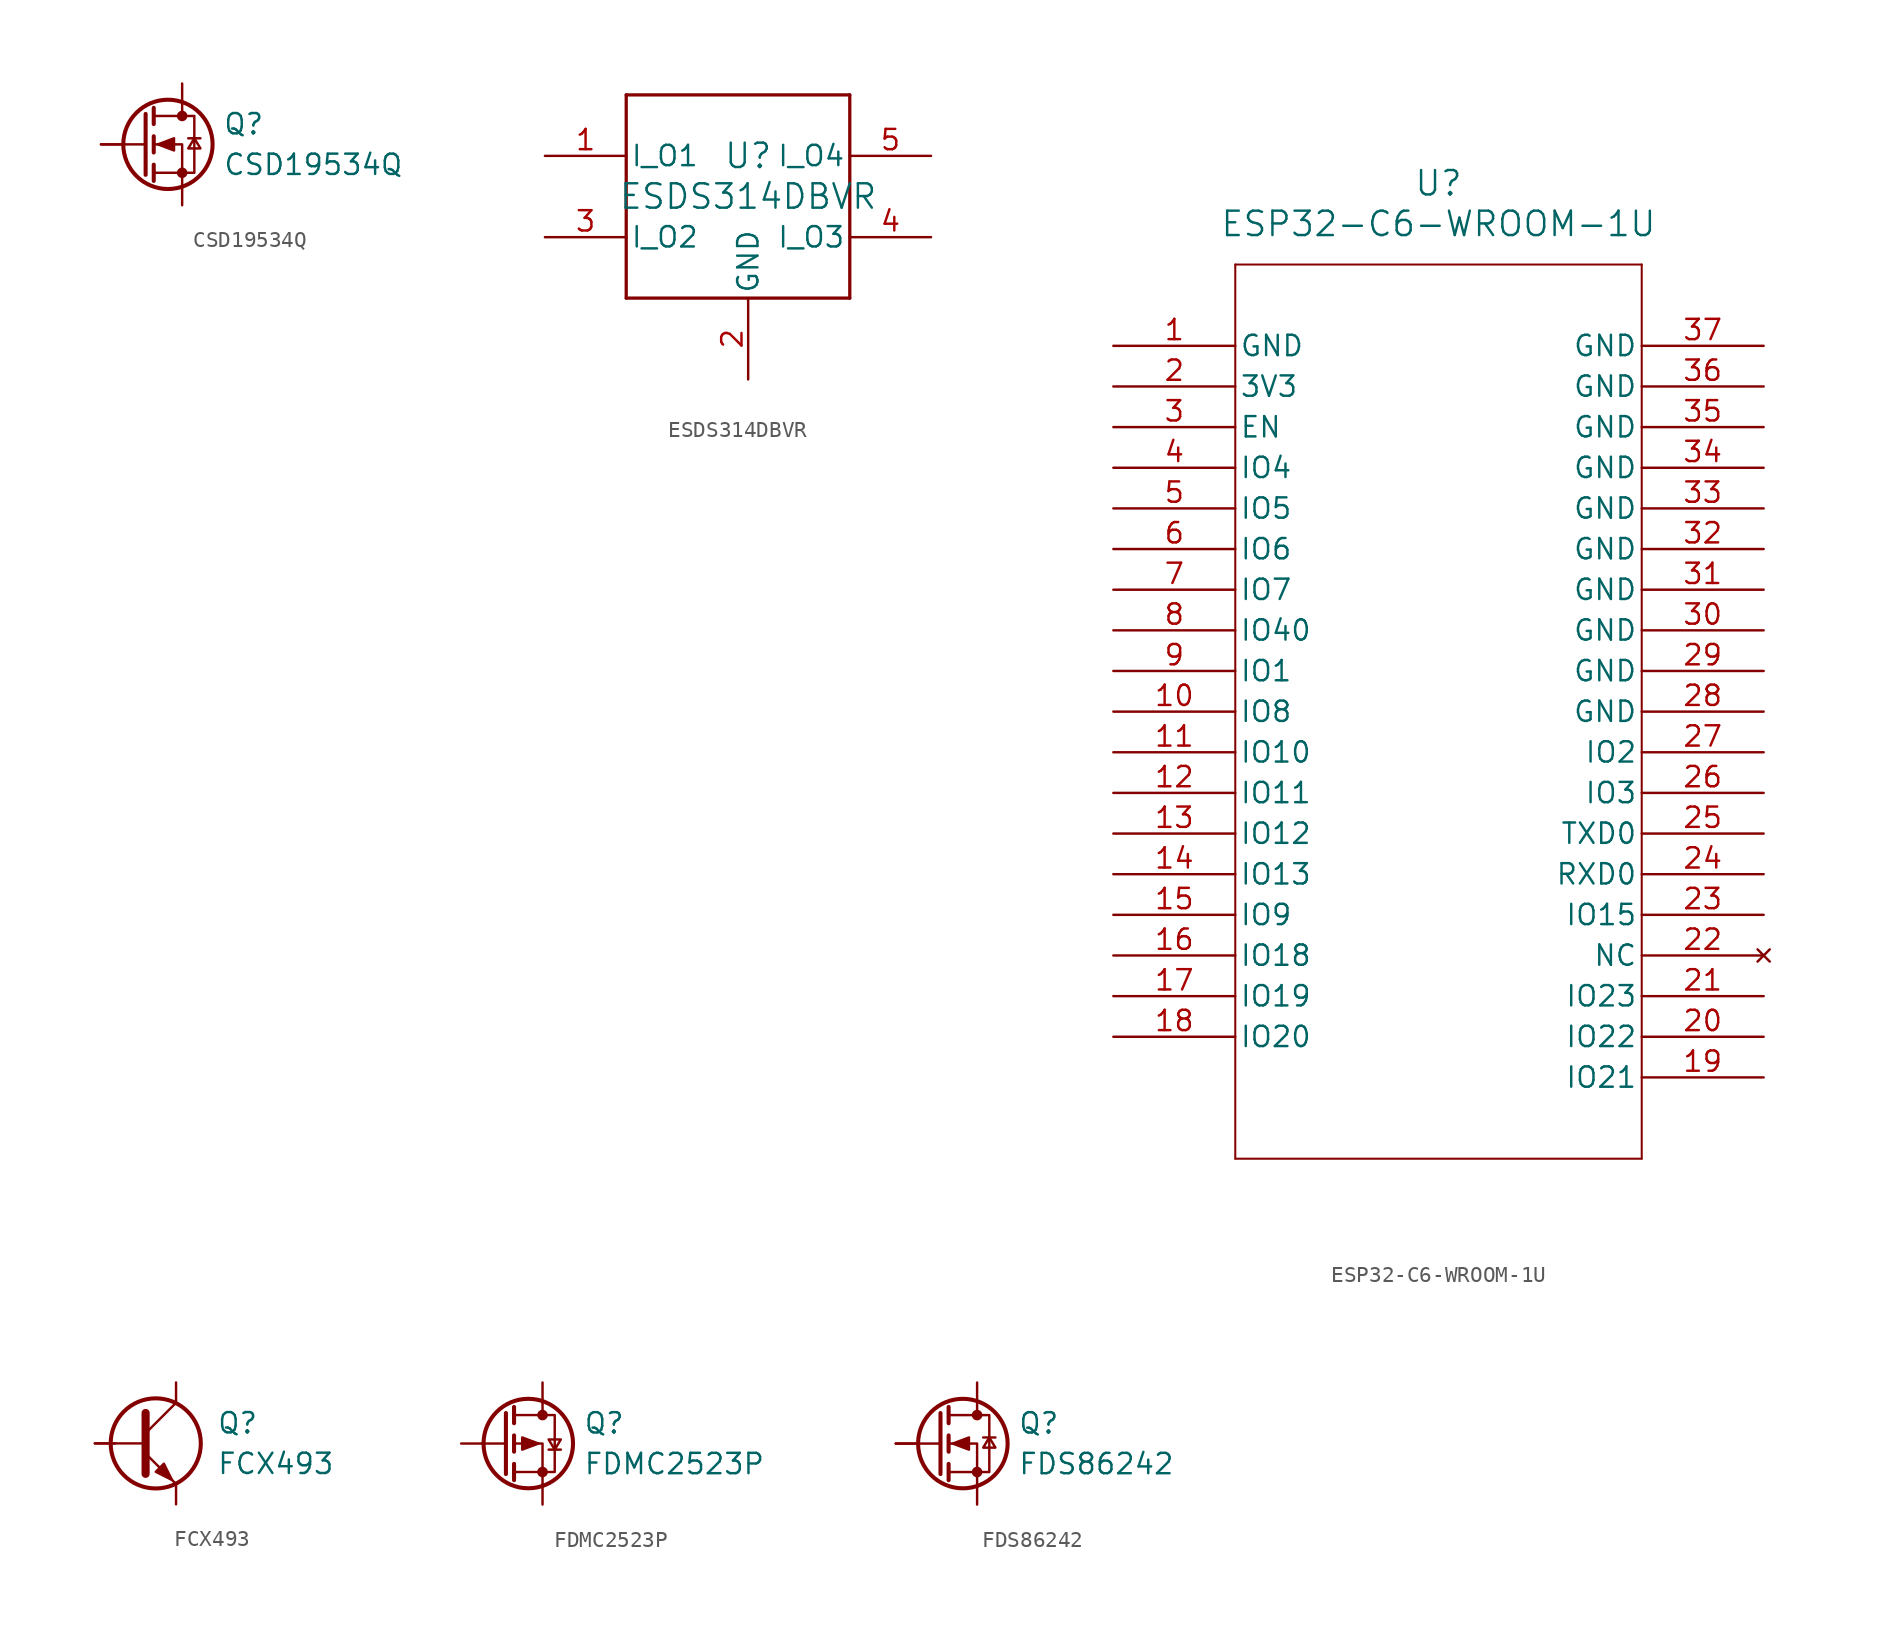
<source format=kicad_sym>
(kicad_symbol_lib
  (version 20241209)
  (generator "kicad_symbol_editor")
  (generator_version "9.0")
  (symbol "CSD19534Q"
    (pin_numbers
      (hide yes))
    (pin_names
      (offset 0)
      (hide yes))
    (property "Reference" "Q"
      (at 5.08 1.27 0)
      (effects (font (size 1.27 1.27)) (justify left)))
    (property "Value" "CSD19534Q"
      (at 5.08 -1.27 0)
      (effects (font (size 1.27 1.27)) (justify left)))
    (symbol "CSD19534Q_0_1"
      (polyline (pts (xy 0.254 1.905) (xy 0.254 -1.905)) (stroke (width 0.254) (type default)) (fill (type none)))
      (polyline (pts (xy 0.254 0) (xy -2.54 0)) (stroke (width 0) (type default)) (fill (type none)))
      (polyline (pts (xy 0.762 2.286) (xy 0.762 1.27)) (stroke (width 0.254) (type default)) (fill (type none)))
      (polyline (pts (xy 0.762 0.508) (xy 0.762 -0.508)) (stroke (width 0.254) (type default)) (fill (type none)))
      (polyline (pts (xy 0.762 -1.27) (xy 0.762 -2.286)) (stroke (width 0.254) (type default)) (fill (type none)))
      (polyline (pts (xy 0.762 -1.778) (xy 3.302 -1.778) (xy 3.302 1.778) (xy 0.762 1.778)) (stroke (width 0) (type default)) (fill (type none)))
      (polyline (pts (xy 1.016 0) (xy 2.032 0.381) (xy 2.032 -0.381) (xy 1.016 0)) (stroke (width 0) (type default)) (fill (type outline)))
      (circle (center 1.651 0) (radius 2.794) (stroke (width 0.254) (type default)) (fill (type none)))
      (polyline (pts (xy 2.54 2.54) (xy 2.54 1.778)) (stroke (width 0) (type default)) (fill (type none)))
      (circle (center 2.54 1.778) (radius 0.254) (stroke (width 0) (type default)) (fill (type outline)))
      (circle (center 2.54 -1.778) (radius 0.254) (stroke (width 0) (type default)) (fill (type outline)))
      (polyline (pts (xy 2.54 -2.54) (xy 2.54 0) (xy 0.762 0)) (stroke (width 0) (type default)) (fill (type none)))
      (polyline (pts (xy 2.921 0.381) (xy 3.683 0.381)) (stroke (width 0) (type default)) (fill (type none)))
      (polyline (pts (xy 3.302 0.381) (xy 2.921 -0.254) (xy 3.683 -0.254) (xy 3.302 0.381)) (stroke (width 0) (type default)) (fill (type none))))
    (symbol "CSD19534Q_1_1"
      (pin input line (at -2.54 0 0) (length 1.27) (name "G" (effects (font (size 1.27 1.27)))) (number "G" (effects (font (size 1.27 1.27)))))
      (pin passive line (at 2.54 3.81 270) (length 1.27) (name "D" (effects (font (size 1.27 1.27)))) (number "D" (effects (font (size 1.27 1.27)))))
      (pin passive line (at 2.54 -3.81 90) (length 1.27) (name "S" (effects (font (size 1.27 1.27)))) (number "S" (effects (font (size 1.27 1.27)))))))
  (symbol "ESDS314DBVR"
    (pin_names
      (offset 0.254))
    (property "Reference" "U"
      (at 0 2.54 0)
      (effects (font (size 1.524 1.524))))
    (property "Value" "ESDS314DBVR"
      (at 0 0 0)
      (effects (font (size 1.524 1.524))))
    (property "ki_locked" ""
      (at 0 0 0)
      (effects (font (size 1.27 1.27))))
    (symbol "ESDS314DBVR_0_1"
      (polyline (pts (xy -7.62 6.35) (xy -7.62 -6.35)) (stroke (width 0.203) (type default)) (fill (type none)))
      (polyline (pts (xy -7.62 -6.35) (xy 6.35 -6.35)) (stroke (width 0.203) (type default)) (fill (type none)))
      (polyline (pts (xy 6.35 6.35) (xy -7.62 6.35)) (stroke (width 0.203) (type default)) (fill (type none)))
      (polyline (pts (xy 6.35 -6.35) (xy 6.35 6.35)) (stroke (width 0.203) (type default)) (fill (type none)))
      (pin bidirectional line (at 11.43 2.54 180) (length 5.08) (name "I_O4" (effects (font (size 1.27 1.27)))) (number "5" (effects (font (size 1.27 1.27)))))
      (pin bidirectional line (at 11.43 -2.54 180) (length 5.08) (name "I_O3" (effects (font (size 1.27 1.27)))) (number "4" (effects (font (size 1.27 1.27))))))
    (symbol "ESDS314DBVR_1_1"
      (pin bidirectional line (at -12.7 2.54 0) (length 5.08) (name "I_O1" (effects (font (size 1.27 1.27)))) (number "1" (effects (font (size 1.27 1.27)))))
      (pin bidirectional line (at -12.7 -2.54 0) (length 5.08) (name "I_O2" (effects (font (size 1.27 1.27)))) (number "3" (effects (font (size 1.27 1.27)))))
      (pin power_in line (at 0 -11.43 90) (length 5.08) (name "GND" (effects (font (size 1.27 1.27)))) (number "2" (effects (font (size 1.27 1.27)))))))
  (symbol "ESP32-C6-WROOM-1U"
    (pin_names
      (offset 0.254))
    (property "Reference" "U"
      (at 20.32 10.16 0)
      (effects (font (size 1.524 1.524))))
    (property "Value" "ESP32-C6-WROOM-1U"
      (at 20.32 7.62 0)
      (effects (font (size 1.524 1.524))))
    (symbol "ESP32-C6-WROOM-1U_0_1"
      (polyline (pts (xy 7.62 5.08) (xy 7.62 -50.8)) (stroke (width 0.127) (type default)) (fill (type none)))
      (polyline (pts (xy 7.62 -50.8) (xy 33.02 -50.8)) (stroke (width 0.127) (type default)) (fill (type none)))
      (polyline (pts (xy 33.02 5.08) (xy 7.62 5.08)) (stroke (width 0.127) (type default)) (fill (type none)))
      (polyline (pts (xy 33.02 -50.8) (xy 33.02 5.08)) (stroke (width 0.127) (type default)) (fill (type none)))
      (pin power_in line (at 0 -2.54 0) (length 7.62) (name "3V3" (effects (font (size 1.27 1.27)))) (number "2" (effects (font (size 1.27 1.27)))))
      (pin input line (at 0 -5.08 0) (length 7.62) (name "EN" (effects (font (size 1.27 1.27)))) (number "3" (effects (font (size 1.27 1.27)))))
      (pin bidirectional line (at 0 -7.62 0) (length 7.62) (name "IO4" (effects (font (size 1.27 1.27)))) (number "4" (effects (font (size 1.27 1.27)))))
      (pin bidirectional line (at 0 -10.16 0) (length 7.62) (name "IO5" (effects (font (size 1.27 1.27)))) (number "5" (effects (font (size 1.27 1.27)))))
      (pin bidirectional line (at 0 -12.7 0) (length 7.62) (name "IO6" (effects (font (size 1.27 1.27)))) (number "6" (effects (font (size 1.27 1.27)))))
      (pin bidirectional line (at 0 -15.24 0) (length 7.62) (name "IO7" (effects (font (size 1.27 1.27)))) (number "7" (effects (font (size 1.27 1.27)))))
      (pin bidirectional line (at 0 -17.78 0) (length 7.62) (name "IO40" (effects (font (size 1.27 1.27)))) (number "8" (effects (font (size 1.27 1.27)))))
      (pin bidirectional line (at 0 -20.32 0) (length 7.62) (name "IO1" (effects (font (size 1.27 1.27)))) (number "9" (effects (font (size 1.27 1.27)))))
      (pin bidirectional line (at 0 -22.86 0) (length 7.62) (name "IO8" (effects (font (size 1.27 1.27)))) (number "10" (effects (font (size 1.27 1.27)))))
      (pin bidirectional line (at 0 -25.4 0) (length 7.62) (name "IO10" (effects (font (size 1.27 1.27)))) (number "11" (effects (font (size 1.27 1.27)))))
      (pin bidirectional line (at 0 -27.94 0) (length 7.62) (name "IO11" (effects (font (size 1.27 1.27)))) (number "12" (effects (font (size 1.27 1.27)))))
      (pin bidirectional line (at 0 -30.48 0) (length 7.62) (name "IO12" (effects (font (size 1.27 1.27)))) (number "13" (effects (font (size 1.27 1.27)))))
      (pin bidirectional line (at 0 -33.02 0) (length 7.62) (name "IO13" (effects (font (size 1.27 1.27)))) (number "14" (effects (font (size 1.27 1.27)))))
      (pin bidirectional line (at 0 -35.56 0) (length 7.62) (name "IO9" (effects (font (size 1.27 1.27)))) (number "15" (effects (font (size 1.27 1.27)))))
      (pin bidirectional line (at 0 -38.1 0) (length 7.62) (name "IO18" (effects (font (size 1.27 1.27)))) (number "16" (effects (font (size 1.27 1.27)))))
      (pin bidirectional line (at 0 -40.64 0) (length 7.62) (name "IO19" (effects (font (size 1.27 1.27)))) (number "17" (effects (font (size 1.27 1.27)))))
      (pin bidirectional line (at 0 -43.18 0) (length 7.62) (name "IO20" (effects (font (size 1.27 1.27)))) (number "18" (effects (font (size 1.27 1.27)))))
      (pin bidirectional line (at 40.64 -25.4 180) (length 7.62) (name "IO2" (effects (font (size 1.27 1.27)))) (number "27" (effects (font (size 1.27 1.27)))))
      (pin bidirectional line (at 40.64 -27.94 180) (length 7.62) (name "IO3" (effects (font (size 1.27 1.27)))) (number "26" (effects (font (size 1.27 1.27)))))
      (pin bidirectional line (at 40.64 -30.48 180) (length 7.62) (name "TXD0" (effects (font (size 1.27 1.27)))) (number "25" (effects (font (size 1.27 1.27)))))
      (pin bidirectional line (at 40.64 -33.02 180) (length 7.62) (name "RXD0" (effects (font (size 1.27 1.27)))) (number "24" (effects (font (size 1.27 1.27)))))
      (pin bidirectional line (at 40.64 -35.56 180) (length 7.62) (name "IO15" (effects (font (size 1.27 1.27)))) (number "23" (effects (font (size 1.27 1.27)))))
      (pin no_connect line (at 40.64 -38.1 180) (length 7.62) (name "NC" (effects (font (size 1.27 1.27)))) (number "22" (effects (font (size 1.27 1.27)))))
      (pin bidirectional line (at 40.64 -40.64 180) (length 7.62) (name "IO23" (effects (font (size 1.27 1.27)))) (number "21" (effects (font (size 1.27 1.27)))))
      (pin bidirectional line (at 40.64 -43.18 180) (length 7.62) (name "IO22" (effects (font (size 1.27 1.27)))) (number "20" (effects (font (size 1.27 1.27)))))
      (pin bidirectional line (at 40.64 -45.72 180) (length 7.62) (name "IO21" (effects (font (size 1.27 1.27)))) (number "19" (effects (font (size 1.27 1.27))))))
    (symbol "ESP32-C6-WROOM-1U_1_1"
      (pin power_in line (at 0 0 0) (length 7.62) (name "GND" (effects (font (size 1.27 1.27)))) (number "1" (effects (font (size 1.27 1.27)))))
      (pin power_in line (at 40.64 0 180) (length 7.62) (name "GND" (effects (font (size 1.27 1.27)))) (number "37" (effects (font (size 1.27 1.27)))))
      (pin power_in line (at 40.64 -2.54 180) (length 7.62) (name "GND" (effects (font (size 1.27 1.27)))) (number "36" (effects (font (size 1.27 1.27)))))
      (pin power_in line (at 40.64 -5.08 180) (length 7.62) (name "GND" (effects (font (size 1.27 1.27)))) (number "35" (effects (font (size 1.27 1.27)))))
      (pin power_in line (at 40.64 -7.62 180) (length 7.62) (name "GND" (effects (font (size 1.27 1.27)))) (number "34" (effects (font (size 1.27 1.27)))))
      (pin power_in line (at 40.64 -10.16 180) (length 7.62) (name "GND" (effects (font (size 1.27 1.27)))) (number "33" (effects (font (size 1.27 1.27)))))
      (pin power_in line (at 40.64 -12.7 180) (length 7.62) (name "GND" (effects (font (size 1.27 1.27)))) (number "32" (effects (font (size 1.27 1.27)))))
      (pin power_in line (at 40.64 -15.24 180) (length 7.62) (name "GND" (effects (font (size 1.27 1.27)))) (number "31" (effects (font (size 1.27 1.27)))))
      (pin power_in line (at 40.64 -17.78 180) (length 7.62) (name "GND" (effects (font (size 1.27 1.27)))) (number "30" (effects (font (size 1.27 1.27)))))
      (pin power_in line (at 40.64 -20.32 180) (length 7.62) (name "GND" (effects (font (size 1.27 1.27)))) (number "29" (effects (font (size 1.27 1.27)))))
      (pin power_in line (at 40.64 -22.86 180) (length 7.62) (name "GND" (effects (font (size 1.27 1.27)))) (number "28" (effects (font (size 1.27 1.27)))))))
  (symbol "FCX493"
    (pin_numbers
      (hide yes))
    (pin_names
      (offset 0)
      (hide yes))
    (property "Reference" "Q"
      (at 5.08 1.27 0)
      (effects (font (size 1.27 1.27)) (justify left)))
    (property "Value" "FCX493"
      (at 5.08 -1.27 0)
      (effects (font (size 1.27 1.27)) (justify left)))
    (symbol "FCX493_0_1"
      (polyline (pts (xy -2.54 0) (xy 0.635 0)) (stroke (width 0) (type default)) (fill (type none)))
      (polyline (pts (xy 0.635 1.905) (xy 0.635 -1.905)) (stroke (width 0.508) (type default)) (fill (type none)))
      (polyline (pts (xy 0.635 0.635) (xy 2.54 2.54)) (stroke (width 0) (type default)) (fill (type none)))
      (polyline (pts (xy 0.635 -0.635) (xy 2.54 -2.54)) (stroke (width 0) (type default)) (fill (type none)))
      (circle (center 1.27 0) (radius 2.819) (stroke (width 0.254) (type default)) (fill (type none)))
      (polyline (pts (xy 1.27 -1.778) (xy 1.778 -1.27) (xy 2.286 -2.286) (xy 1.27 -1.778)) (stroke (width 0) (type default)) (fill (type outline))))
    (symbol "FCX493_1_1"
      (pin input line (at -2.54 0 0) (length 1.27) (name "B" (effects (font (size 1.27 1.27)))) (number "1" (effects (font (size 1.27 1.27)))))
      (pin passive line (at 2.54 3.81 270) (length 1.27) (name "C" (effects (font (size 1.27 1.27)))) (number "2" (effects (font (size 1.27 1.27)))))
      (pin passive line (at 2.54 -3.81 90) (length 1.27) (name "E" (effects (font (size 1.27 1.27)))) (number "3" (effects (font (size 1.27 1.27)))))))
  (symbol "FDMC2523P"
    (pin_numbers
      (hide yes))
    (pin_names
      (offset 0)
      (hide yes))
    (property "Reference" "Q"
      (at 5.08 1.27 0)
      (effects (font (size 1.27 1.27)) (justify left)))
    (property "Value" "FDMC2523P"
      (at 5.08 -1.27 0)
      (effects (font (size 1.27 1.27)) (justify left)))
    (symbol "FDMC2523P_0_1"
      (polyline (pts (xy 0.254 1.905) (xy 0.254 -1.905)) (stroke (width 0.254) (type default)) (fill (type none)))
      (polyline (pts (xy 0.254 0) (xy -1.27 0)) (stroke (width 0) (type default)) (fill (type none)))
      (polyline (pts (xy 0.762 2.286) (xy 0.762 1.27)) (stroke (width 0.254) (type default)) (fill (type none)))
      (polyline (pts (xy 0.762 1.778) (xy 3.302 1.778) (xy 3.302 -1.778) (xy 0.762 -1.778)) (stroke (width 0) (type default)) (fill (type none)))
      (polyline (pts (xy 0.762 0.508) (xy 0.762 -0.508)) (stroke (width 0.254) (type default)) (fill (type none)))
      (polyline (pts (xy 0.762 -1.27) (xy 0.762 -2.286)) (stroke (width 0.254) (type default)) (fill (type none)))
      (circle (center 1.651 0) (radius 2.794) (stroke (width 0.254) (type default)) (fill (type none)))
      (polyline (pts (xy 2.286 0) (xy 1.27 0.381) (xy 1.27 -0.381) (xy 2.286 0)) (stroke (width 0) (type default)) (fill (type outline)))
      (polyline (pts (xy 2.54 2.54) (xy 2.54 1.778)) (stroke (width 0) (type default)) (fill (type none)))
      (circle (center 2.54 1.778) (radius 0.254) (stroke (width 0) (type default)) (fill (type outline)))
      (circle (center 2.54 -1.778) (radius 0.254) (stroke (width 0) (type default)) (fill (type outline)))
      (polyline (pts (xy 2.54 -2.54) (xy 2.54 0) (xy 0.762 0)) (stroke (width 0) (type default)) (fill (type none)))
      (polyline (pts (xy 2.921 -0.381) (xy 3.683 -0.381)) (stroke (width 0) (type default)) (fill (type none)))
      (polyline (pts (xy 3.302 -0.381) (xy 2.921 0.254) (xy 3.683 0.254) (xy 3.302 -0.381)) (stroke (width 0) (type default)) (fill (type none))))
    (symbol "FDMC2523P_1_1"
      (pin input line (at -2.54 0 0) (length 1.27) (name "G" (effects (font (size 1.27 1.27)))) (number "G" (effects (font (size 1.27 1.27)))))
      (pin passive line (at 2.54 3.81 270) (length 1.27) (name "D" (effects (font (size 1.27 1.27)))) (number "D" (effects (font (size 1.27 1.27)))))
      (pin passive line (at 2.54 -3.81 90) (length 1.27) (name "S" (effects (font (size 1.27 1.27)))) (number "S" (effects (font (size 1.27 1.27)))))))
  (symbol "FDS86242"
    (pin_numbers
      (hide yes))
    (pin_names
      (offset 0)
      (hide yes))
    (property "Reference" "Q"
      (at 5.08 1.27 0)
      (effects (font (size 1.27 1.27)) (justify left)))
    (property "Value" "FDS86242"
      (at 5.08 -1.27 0)
      (effects (font (size 1.27 1.27)) (justify left)))
    (symbol "FDS86242_0_1"
      (polyline (pts (xy 0.254 1.905) (xy 0.254 -1.905)) (stroke (width 0.254) (type default)) (fill (type none)))
      (polyline (pts (xy 0.254 0) (xy -2.54 0)) (stroke (width 0) (type default)) (fill (type none)))
      (polyline (pts (xy 0.762 2.286) (xy 0.762 1.27)) (stroke (width 0.254) (type default)) (fill (type none)))
      (polyline (pts (xy 0.762 0.508) (xy 0.762 -0.508)) (stroke (width 0.254) (type default)) (fill (type none)))
      (polyline (pts (xy 0.762 -1.27) (xy 0.762 -2.286)) (stroke (width 0.254) (type default)) (fill (type none)))
      (polyline (pts (xy 0.762 -1.778) (xy 3.302 -1.778) (xy 3.302 1.778) (xy 0.762 1.778)) (stroke (width 0) (type default)) (fill (type none)))
      (polyline (pts (xy 1.016 0) (xy 2.032 0.381) (xy 2.032 -0.381) (xy 1.016 0)) (stroke (width 0) (type default)) (fill (type outline)))
      (circle (center 1.651 0) (radius 2.794) (stroke (width 0.254) (type default)) (fill (type none)))
      (polyline (pts (xy 2.54 2.54) (xy 2.54 1.778)) (stroke (width 0) (type default)) (fill (type none)))
      (circle (center 2.54 1.778) (radius 0.254) (stroke (width 0) (type default)) (fill (type outline)))
      (circle (center 2.54 -1.778) (radius 0.254) (stroke (width 0) (type default)) (fill (type outline)))
      (polyline (pts (xy 2.54 -2.54) (xy 2.54 0) (xy 0.762 0)) (stroke (width 0) (type default)) (fill (type none)))
      (polyline (pts (xy 2.921 0.381) (xy 3.683 0.381)) (stroke (width 0) (type default)) (fill (type none)))
      (polyline (pts (xy 3.302 0.381) (xy 2.921 -0.254) (xy 3.683 -0.254) (xy 3.302 0.381)) (stroke (width 0) (type default)) (fill (type none))))
    (symbol "FDS86242_1_1"
      (pin input line (at -2.54 0 0) (length 1.27) (name "G" (effects (font (size 1.27 1.27)))) (number "G" (effects (font (size 1.27 1.27)))))
      (pin passive line (at 2.54 3.81 270) (length 1.27) (name "D" (effects (font (size 1.27 1.27)))) (number "D" (effects (font (size 1.27 1.27)))))
      (pin passive line (at 2.54 -3.81 90) (length 1.27) (name "S" (effects (font (size 1.27 1.27)))) (number "S" (effects (font (size 1.27 1.27))))))))
</source>
